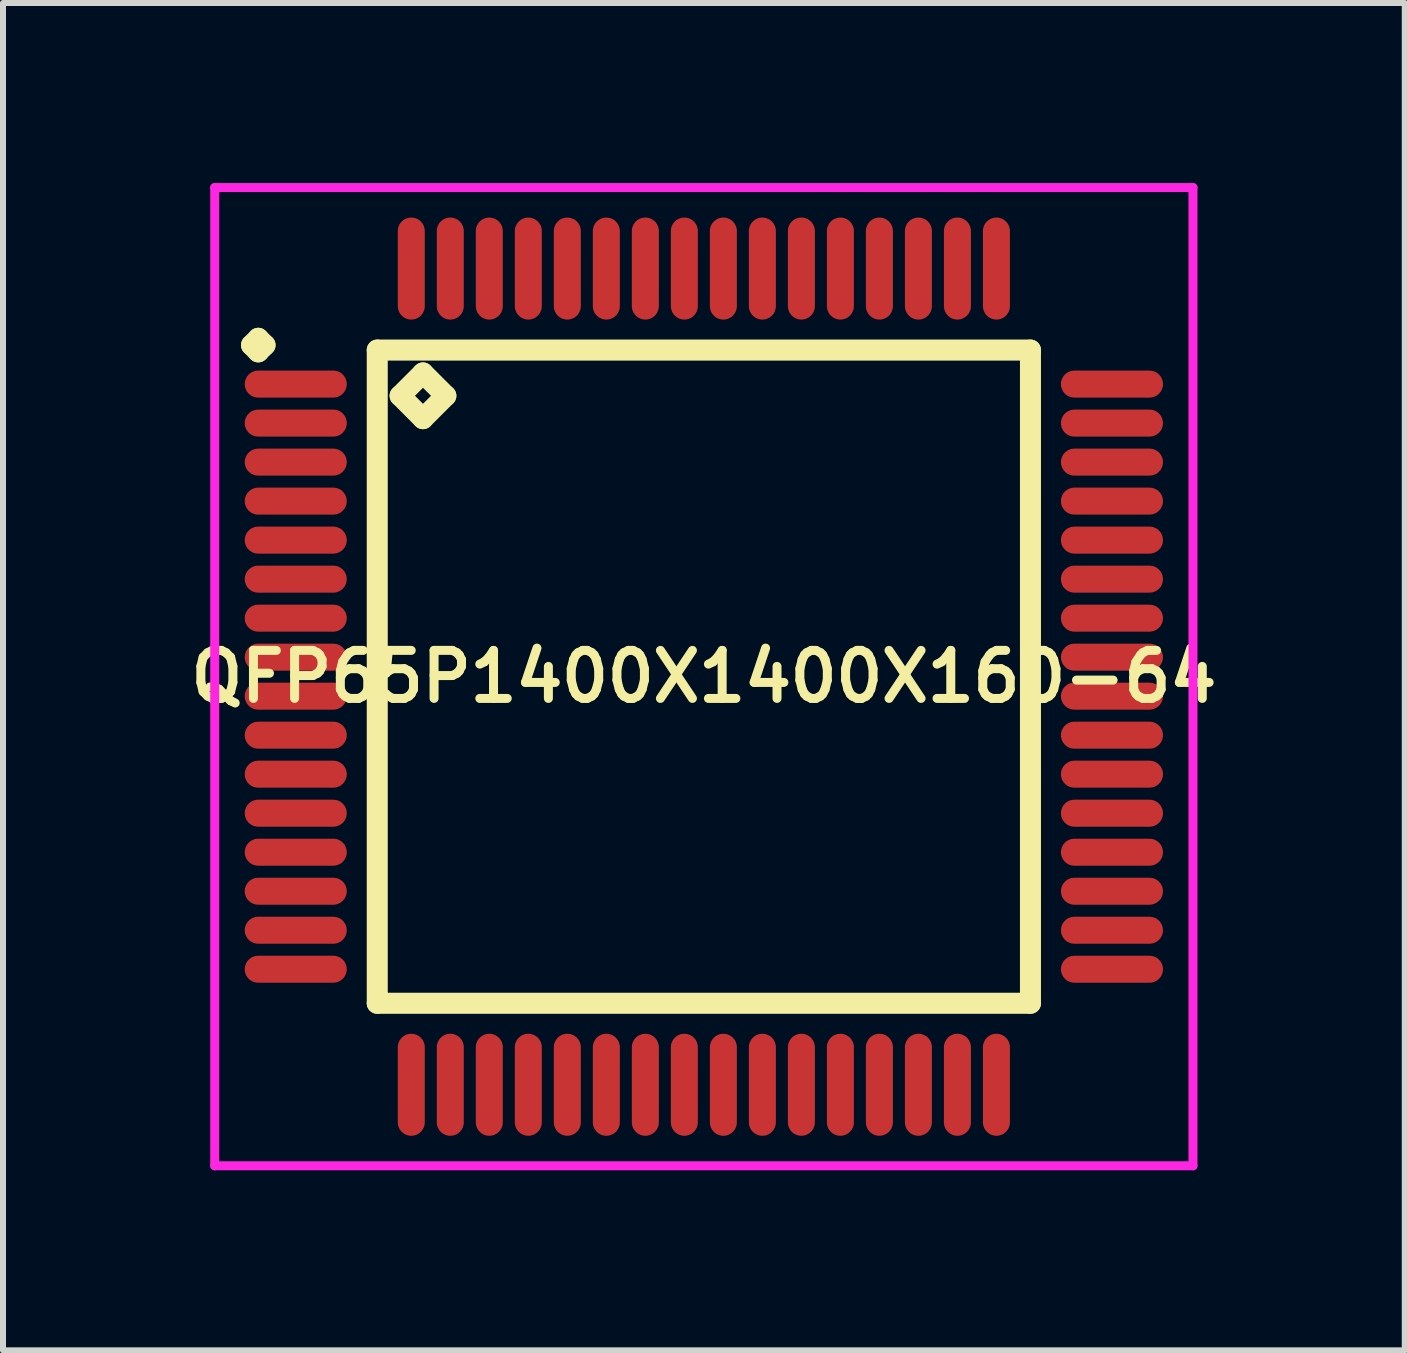
<source format=kicad_pcb>
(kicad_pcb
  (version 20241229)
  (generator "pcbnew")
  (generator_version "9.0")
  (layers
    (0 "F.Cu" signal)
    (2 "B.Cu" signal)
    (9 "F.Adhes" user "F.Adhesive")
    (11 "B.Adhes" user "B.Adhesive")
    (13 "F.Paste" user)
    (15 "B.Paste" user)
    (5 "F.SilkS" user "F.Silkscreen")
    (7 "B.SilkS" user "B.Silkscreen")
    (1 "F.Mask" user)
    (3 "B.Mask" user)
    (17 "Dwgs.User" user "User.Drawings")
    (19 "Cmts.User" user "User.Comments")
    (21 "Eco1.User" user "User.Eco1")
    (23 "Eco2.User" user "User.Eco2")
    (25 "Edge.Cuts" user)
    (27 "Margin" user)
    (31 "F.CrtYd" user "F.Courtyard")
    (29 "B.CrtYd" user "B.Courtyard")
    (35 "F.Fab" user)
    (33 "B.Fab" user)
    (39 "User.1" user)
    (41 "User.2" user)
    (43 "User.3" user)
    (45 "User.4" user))
  (footprint "QFP65P1400X1400X160-64"
    (layer "F.Cu")
    (at 8.678 8.225)
    (property "Reference" "QFP65P1400X1400X160-64" (at 0 0 0) (layer "F.SilkS") (effects (font (size 0.8 0.8) (thickness 0.15))))
    (attr smd)
    (fp_line (start -7.537 -5.525) (end -7.425 -5.638) (stroke (width 0.35) (type solid)) (layer "F.SilkS"))
    (fp_line (start -7.425 -5.638) (end -7.312 -5.525) (stroke (width 0.35) (type solid)) (layer "F.SilkS"))
    (fp_line (start -7.425 -5.412) (end -7.537 -5.525) (stroke (width 0.35) (type solid)) (layer "F.SilkS"))
    (fp_line (start -7.312 -5.525) (end -7.425 -5.412) (stroke (width 0.35) (type solid)) (layer "F.SilkS"))
    (fp_line (start -5.442 -5.442) (end -5.442 5.442) (stroke (width 0.35) (type solid)) (layer "F.SilkS"))
    (fp_line (start -5.442 5.442) (end 5.442 5.442) (stroke (width 0.35) (type solid)) (layer "F.SilkS"))
    (fp_line (start -5.061 -4.68) (end -4.68 -5.061) (stroke (width 0.35) (type solid)) (layer "F.SilkS"))
    (fp_line (start -4.68 -5.061) (end -4.299 -4.68) (stroke (width 0.35) (type solid)) (layer "F.SilkS"))
    (fp_line (start -4.68 -4.299) (end -5.061 -4.68) (stroke (width 0.35) (type solid)) (layer "F.SilkS"))
    (fp_line (start -4.299 -4.68) (end -4.68 -4.299) (stroke (width 0.35) (type solid)) (layer "F.SilkS"))
    (fp_line (start 5.442 -5.442) (end -5.442 -5.442) (stroke (width 0.35) (type solid)) (layer "F.SilkS"))
    (fp_line (start 5.442 5.442) (end 5.442 -5.442) (stroke (width 0.35) (type solid)) (layer "F.SilkS"))
    (fp_line (start -8.15 -8.15) (end 8.15 -8.15) (stroke (width 0.15) (type solid)) (layer "F.CrtYd"))
    (fp_line (start -8.15 8.15) (end -8.15 -8.15) (stroke (width 0.15) (type solid)) (layer "F.CrtYd"))
    (fp_line (start 8.15 -8.15) (end 8.15 8.15) (stroke (width 0.15) (type solid)) (layer "F.CrtYd"))
    (fp_line (start 8.15 8.15) (end -8.15 8.15) (stroke (width 0.15) (type solid)) (layer "F.CrtYd"))
    (pad "1" smd oval (at -6.8 -4.875) (size 1.7 0.45) (layers "F.Cu" "F.Mask" "F.Paste"))
    (pad "2" smd oval (at -6.8 -4.225) (size 1.7 0.45) (layers "F.Cu" "F.Mask" "F.Paste"))
    (pad "3" smd oval (at -6.8 -3.575) (size 1.7 0.45) (layers "F.Cu" "F.Mask" "F.Paste"))
    (pad "4" smd oval (at -6.8 -2.925) (size 1.7 0.45) (layers "F.Cu" "F.Mask" "F.Paste"))
    (pad "5" smd oval (at -6.8 -2.275) (size 1.7 0.45) (layers "F.Cu" "F.Mask" "F.Paste"))
    (pad "6" smd oval (at -6.8 -1.625) (size 1.7 0.45) (layers "F.Cu" "F.Mask" "F.Paste"))
    (pad "7" smd oval (at -6.8 -0.975) (size 1.7 0.45) (layers "F.Cu" "F.Mask" "F.Paste"))
    (pad "8" smd oval (at -6.8 -0.325) (size 1.7 0.45) (layers "F.Cu" "F.Mask" "F.Paste"))
    (pad "9" smd oval (at -6.8 0.325) (size 1.7 0.45) (layers "F.Cu" "F.Mask" "F.Paste"))
    (pad "10" smd oval (at -6.8 0.975) (size 1.7 0.45) (layers "F.Cu" "F.Mask" "F.Paste"))
    (pad "11" smd oval (at -6.8 1.625) (size 1.7 0.45) (layers "F.Cu" "F.Mask" "F.Paste"))
    (pad "12" smd oval (at -6.8 2.275) (size 1.7 0.45) (layers "F.Cu" "F.Mask" "F.Paste"))
    (pad "13" smd oval (at -6.8 2.925) (size 1.7 0.45) (layers "F.Cu" "F.Mask" "F.Paste"))
    (pad "14" smd oval (at -6.8 3.575) (size 1.7 0.45) (layers "F.Cu" "F.Mask" "F.Paste"))
    (pad "15" smd oval (at -6.8 4.225) (size 1.7 0.45) (layers "F.Cu" "F.Mask" "F.Paste"))
    (pad "16" smd oval (at -6.8 4.875) (size 1.7 0.45) (layers "F.Cu" "F.Mask" "F.Paste"))
    (pad "17" smd oval (at -4.875 6.8) (size 0.45 1.7) (layers "F.Cu" "F.Mask" "F.Paste"))
    (pad "18" smd oval (at -4.225 6.8) (size 0.45 1.7) (layers "F.Cu" "F.Mask" "F.Paste"))
    (pad "19" smd oval (at -3.575 6.8) (size 0.45 1.7) (layers "F.Cu" "F.Mask" "F.Paste"))
    (pad "20" smd oval (at -2.925 6.8) (size 0.45 1.7) (layers "F.Cu" "F.Mask" "F.Paste"))
    (pad "21" smd oval (at -2.275 6.8) (size 0.45 1.7) (layers "F.Cu" "F.Mask" "F.Paste"))
    (pad "22" smd oval (at -1.625 6.8) (size 0.45 1.7) (layers "F.Cu" "F.Mask" "F.Paste"))
    (pad "23" smd oval (at -0.975 6.8) (size 0.45 1.7) (layers "F.Cu" "F.Mask" "F.Paste"))
    (pad "24" smd oval (at -0.325 6.8) (size 0.45 1.7) (layers "F.Cu" "F.Mask" "F.Paste"))
    (pad "25" smd oval (at 0.325 6.8) (size 0.45 1.7) (layers "F.Cu" "F.Mask" "F.Paste"))
    (pad "26" smd oval (at 0.975 6.8) (size 0.45 1.7) (layers "F.Cu" "F.Mask" "F.Paste"))
    (pad "27" smd oval (at 1.625 6.8) (size 0.45 1.7) (layers "F.Cu" "F.Mask" "F.Paste"))
    (pad "28" smd oval (at 2.275 6.8) (size 0.45 1.7) (layers "F.Cu" "F.Mask" "F.Paste"))
    (pad "29" smd oval (at 2.925 6.8) (size 0.45 1.7) (layers "F.Cu" "F.Mask" "F.Paste"))
    (pad "30" smd oval (at 3.575 6.8) (size 0.45 1.7) (layers "F.Cu" "F.Mask" "F.Paste"))
    (pad "31" smd oval (at 4.225 6.8) (size 0.45 1.7) (layers "F.Cu" "F.Mask" "F.Paste"))
    (pad "32" smd oval (at 4.875 6.8) (size 0.45 1.7) (layers "F.Cu" "F.Mask" "F.Paste"))
    (pad "33" smd oval (at 6.8 4.875) (size 1.7 0.45) (layers "F.Cu" "F.Mask" "F.Paste"))
    (pad "34" smd oval (at 6.8 4.225) (size 1.7 0.45) (layers "F.Cu" "F.Mask" "F.Paste"))
    (pad "35" smd oval (at 6.8 3.575) (size 1.7 0.45) (layers "F.Cu" "F.Mask" "F.Paste"))
    (pad "36" smd oval (at 6.8 2.925) (size 1.7 0.45) (layers "F.Cu" "F.Mask" "F.Paste"))
    (pad "37" smd oval (at 6.8 2.275) (size 1.7 0.45) (layers "F.Cu" "F.Mask" "F.Paste"))
    (pad "38" smd oval (at 6.8 1.625) (size 1.7 0.45) (layers "F.Cu" "F.Mask" "F.Paste"))
    (pad "39" smd oval (at 6.8 0.975) (size 1.7 0.45) (layers "F.Cu" "F.Mask" "F.Paste"))
    (pad "40" smd oval (at 6.8 0.325) (size 1.7 0.45) (layers "F.Cu" "F.Mask" "F.Paste"))
    (pad "41" smd oval (at 6.8 -0.325) (size 1.7 0.45) (layers "F.Cu" "F.Mask" "F.Paste"))
    (pad "42" smd oval (at 6.8 -0.975) (size 1.7 0.45) (layers "F.Cu" "F.Mask" "F.Paste"))
    (pad "43" smd oval (at 6.8 -1.625) (size 1.7 0.45) (layers "F.Cu" "F.Mask" "F.Paste"))
    (pad "44" smd oval (at 6.8 -2.275) (size 1.7 0.45) (layers "F.Cu" "F.Mask" "F.Paste"))
    (pad "45" smd oval (at 6.8 -2.925) (size 1.7 0.45) (layers "F.Cu" "F.Mask" "F.Paste"))
    (pad "46" smd oval (at 6.8 -3.575) (size 1.7 0.45) (layers "F.Cu" "F.Mask" "F.Paste"))
    (pad "47" smd oval (at 6.8 -4.225) (size 1.7 0.45) (layers "F.Cu" "F.Mask" "F.Paste"))
    (pad "48" smd oval (at 6.8 -4.875) (size 1.7 0.45) (layers "F.Cu" "F.Mask" "F.Paste"))
    (pad "49" smd oval (at 4.875 -6.8) (size 0.45 1.7) (layers "F.Cu" "F.Mask" "F.Paste"))
    (pad "50" smd oval (at 4.225 -6.8) (size 0.45 1.7) (layers "F.Cu" "F.Mask" "F.Paste"))
    (pad "51" smd oval (at 3.575 -6.8) (size 0.45 1.7) (layers "F.Cu" "F.Mask" "F.Paste"))
    (pad "52" smd oval (at 2.925 -6.8) (size 0.45 1.7) (layers "F.Cu" "F.Mask" "F.Paste"))
    (pad "53" smd oval (at 2.275 -6.8) (size 0.45 1.7) (layers "F.Cu" "F.Mask" "F.Paste"))
    (pad "54" smd oval (at 1.625 -6.8) (size 0.45 1.7) (layers "F.Cu" "F.Mask" "F.Paste"))
    (pad "55" smd oval (at 0.975 -6.8) (size 0.45 1.7) (layers "F.Cu" "F.Mask" "F.Paste"))
    (pad "56" smd oval (at 0.325 -6.8) (size 0.45 1.7) (layers "F.Cu" "F.Mask" "F.Paste"))
    (pad "57" smd oval (at -0.325 -6.8) (size 0.45 1.7) (layers "F.Cu" "F.Mask" "F.Paste"))
    (pad "58" smd oval (at -0.975 -6.8) (size 0.45 1.7) (layers "F.Cu" "F.Mask" "F.Paste"))
    (pad "59" smd oval (at -1.625 -6.8) (size 0.45 1.7) (layers "F.Cu" "F.Mask" "F.Paste"))
    (pad "60" smd oval (at -2.275 -6.8) (size 0.45 1.7) (layers "F.Cu" "F.Mask" "F.Paste"))
    (pad "61" smd oval (at -2.925 -6.8) (size 0.45 1.7) (layers "F.Cu" "F.Mask" "F.Paste"))
    (pad "62" smd oval (at -3.575 -6.8) (size 0.45 1.7) (layers "F.Cu" "F.Mask" "F.Paste"))
    (pad "63" smd oval (at -4.225 -6.8) (size 0.45 1.7) (layers "F.Cu" "F.Mask" "F.Paste"))
    (pad "64" smd oval (at -4.875 -6.8) (size 0.45 1.7) (layers "F.Cu" "F.Mask" "F.Paste")))
  (gr_rect
    (start -3 -3)
    (end 20.357 19.45)
    (stroke (width 0.1) (type default))
    (fill no)
    (layer "Edge.Cuts")))
</source>
